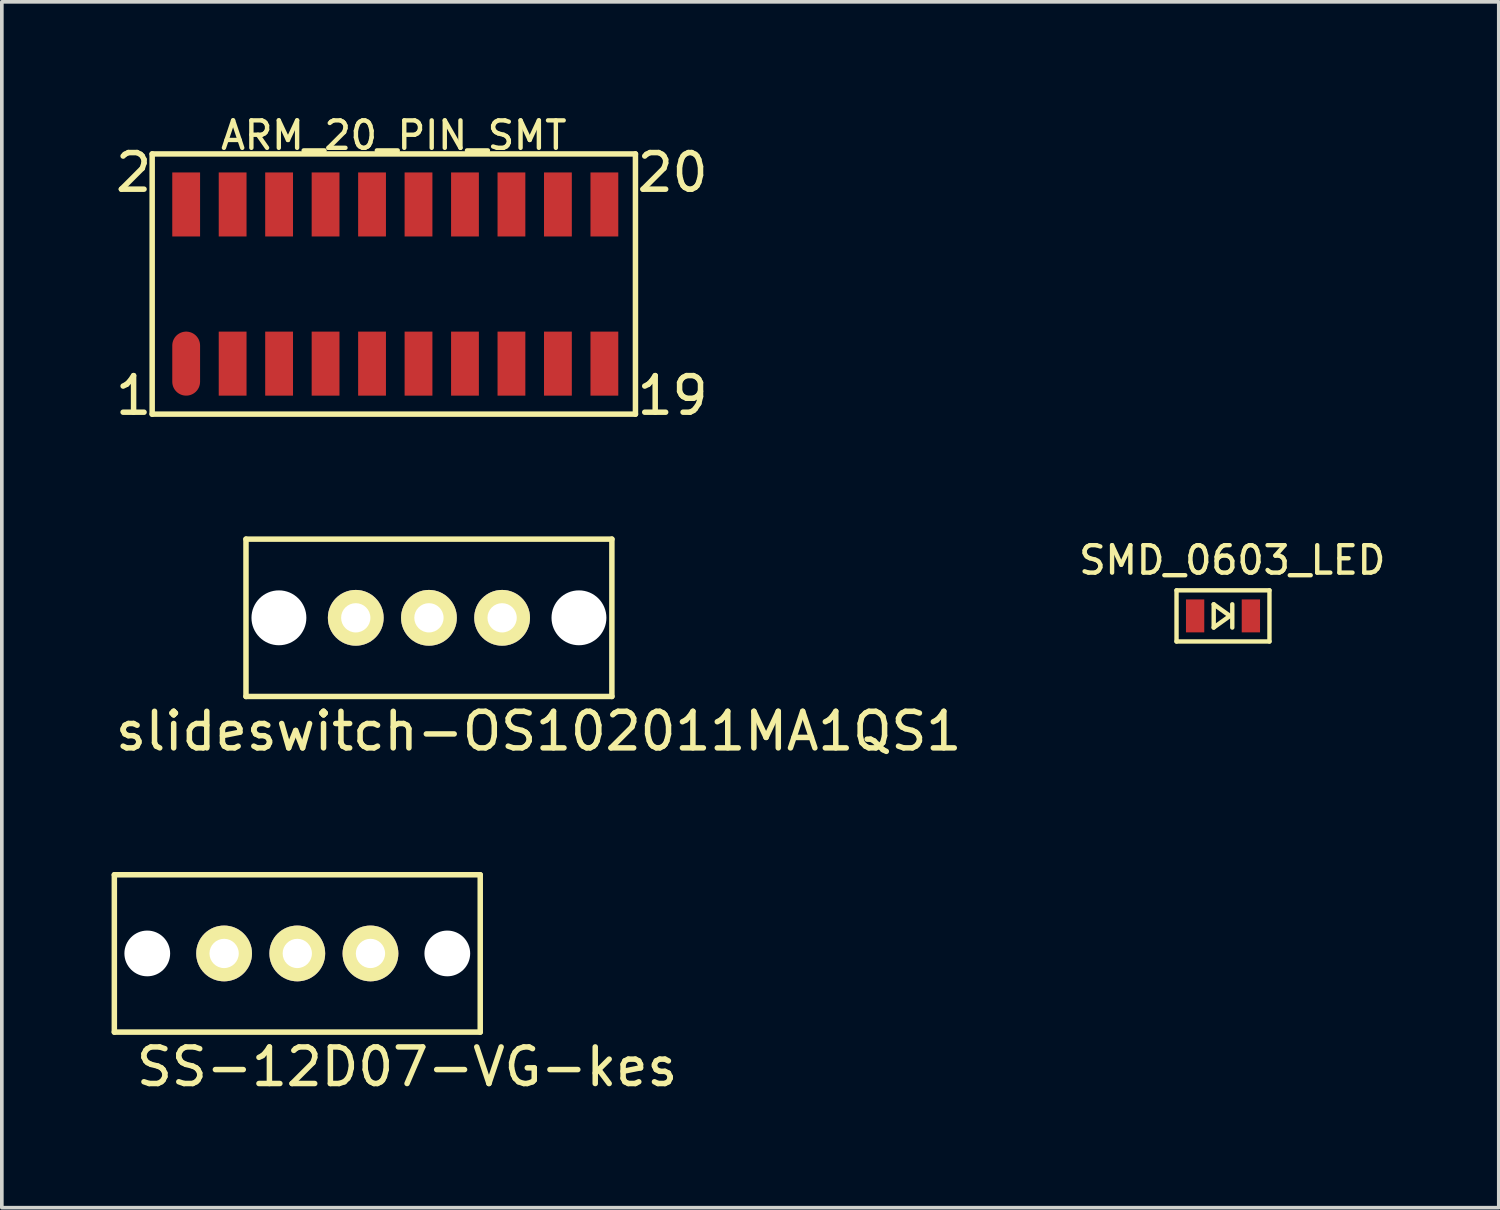
<source format=kicad_pcb>
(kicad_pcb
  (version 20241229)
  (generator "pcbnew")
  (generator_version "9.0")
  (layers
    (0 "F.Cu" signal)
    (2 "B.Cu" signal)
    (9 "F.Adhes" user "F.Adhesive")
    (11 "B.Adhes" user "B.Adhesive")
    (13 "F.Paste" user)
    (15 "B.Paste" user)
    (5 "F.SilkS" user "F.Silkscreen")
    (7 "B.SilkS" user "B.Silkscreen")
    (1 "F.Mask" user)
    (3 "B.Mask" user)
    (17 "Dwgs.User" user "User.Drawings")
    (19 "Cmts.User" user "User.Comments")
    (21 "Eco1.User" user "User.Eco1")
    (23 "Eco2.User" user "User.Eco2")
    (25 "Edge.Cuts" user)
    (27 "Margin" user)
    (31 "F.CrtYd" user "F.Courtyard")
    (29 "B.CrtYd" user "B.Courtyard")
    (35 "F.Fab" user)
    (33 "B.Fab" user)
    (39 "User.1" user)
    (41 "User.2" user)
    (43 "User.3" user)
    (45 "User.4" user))
  (footprint "slideswitch-OS102011MA1QS1"
    (layer "F.Cu")
    (at 8.673 13.835)
    (property "Reference" "slideswitch-OS102011MA1QS1" (at 3 3.1 0) (layer "F.SilkS") (effects (font (size 1 1) (thickness 0.15))))
    (attr through_hole)
    (fp_line (start -5 -2.15) (end 5 -2.15) (stroke (width 0.15) (type solid)) (layer "F.SilkS"))
    (fp_line (start -5 2.15) (end -5 -2.15) (stroke (width 0.15) (type solid)) (layer "F.SilkS"))
    (fp_line (start 5 -2.15) (end 5 2.15) (stroke (width 0.15) (type solid)) (layer "F.SilkS"))
    (fp_line (start 5 2.15) (end -5 2.15) (stroke (width 0.15) (type solid)) (layer "F.SilkS"))
    (pad "" np_thru_hole circle (at -4.1 0) (size 1.5 1.5) (drill 1.5) (layers "*.Cu"))
    (pad "" np_thru_hole circle (at 4.1 0) (size 1.5 1.5) (drill 1.5) (layers "*.Cu"))
    (pad "1" thru_hole circle (at -2 0) (size 1.524 1.524) (drill 0.8) (layers "*.Cu" "*.Mask" "F.SilkS"))
    (pad "2" thru_hole circle (at 0 0) (size 1.524 1.524) (drill 0.8) (layers "*.Cu" "*.Mask" "F.SilkS"))
    (pad "3" thru_hole circle (at 2 0) (size 1.524 1.524) (drill 0.8) (layers "*.Cu" "*.Mask" "F.SilkS")))
  (footprint "SMD_0603_LED"
    (layer "F.Cu")
    (at 31.137 13.783)
    (property "Reference" "SMD_0603_LED" (at -0.508 -1.524 0) (layer "F.SilkS") (effects (font (size 0.75 0.75) (thickness 0.12))))
    (attr through_hole)
    (fp_line (start -2.032 -0.699) (end -2.032 0.699) (stroke (width 0.12) (type solid)) (layer "F.SilkS"))
    (fp_line (start -2.032 0.699) (end 0.508 0.699) (stroke (width 0.12) (type solid)) (layer "F.SilkS"))
    (fp_line (start -1.016 -0.318) (end -1.016 0.318) (stroke (width 0.12) (type solid)) (layer "F.SilkS"))
    (fp_line (start -1.016 0.318) (end -0.572 0) (stroke (width 0.12) (type solid)) (layer "F.SilkS"))
    (fp_line (start -0.572 0) (end -1.016 -0.318) (stroke (width 0.12) (type solid)) (layer "F.SilkS"))
    (fp_line (start -0.508 -0.318) (end -0.508 0.318) (stroke (width 0.12) (type solid)) (layer "F.SilkS"))
    (fp_line (start 0.508 -0.699) (end -2.032 -0.699) (stroke (width 0.12) (type solid)) (layer "F.SilkS"))
    (fp_line (start 0.508 -0.699) (end 0.508 0.699) (stroke (width 0.12) (type solid)) (layer "F.SilkS"))
    (pad "1" smd rect (at 0 0) (size 0.5 0.9) (layers "F.Cu" "F.Mask" "F.Paste"))
    (pad "2" smd rect (at -1.524 0) (size 0.5 0.9) (layers "F.Cu" "F.Mask" "F.Paste")))
  (footprint "SS-12D07-VG-kes"
    (layer "F.Cu")
    (at 5.075 23.008)
    (property "Reference" "SS-12D07-VG-kes" (at 3 3.1 0) (layer "F.SilkS") (effects (font (size 1 1) (thickness 0.15))))
    (attr through_hole)
    (fp_line (start -5 -2.15) (end 5 -2.15) (stroke (width 0.15) (type solid)) (layer "F.SilkS"))
    (fp_line (start -5 2.15) (end -5 -2.15) (stroke (width 0.15) (type solid)) (layer "F.SilkS"))
    (fp_line (start 5 -2.15) (end 5 2.15) (stroke (width 0.15) (type solid)) (layer "F.SilkS"))
    (fp_line (start 5 2.15) (end -5 2.15) (stroke (width 0.15) (type solid)) (layer "F.SilkS"))
    (pad "" np_thru_hole circle (at -4.1 0) (size 1.25 1.25) (drill 1.25) (layers "*.Cu"))
    (pad "" np_thru_hole circle (at 4.1 0) (size 1.25 1.25) (drill 1.25) (layers "*.Cu"))
    (pad "1" thru_hole circle (at -2 0) (size 1.524 1.524) (drill 0.8) (layers "*.Cu" "*.Mask" "F.SilkS"))
    (pad "2" thru_hole circle (at 0 0) (size 1.524 1.524) (drill 0.8) (layers "*.Cu" "*.Mask" "F.SilkS"))
    (pad "3" thru_hole circle (at 2 0) (size 1.524 1.524) (drill 0.8) (layers "*.Cu" "*.Mask" "F.SilkS")))
  (footprint "ARM_20_PIN_SMT"
    (layer "F.Cu")
    (at 7.713 4.713)
    (property "Reference" "ARM_20_PIN_SMT" (at 0 -4.064 0) (layer "F.SilkS") (effects (font (size 0.75 0.75) (thickness 0.12))))
    (attr through_hole)
    (fp_line (start -6.604 -3.556) (end 6.604 -3.556) (stroke (width 0.15) (type solid)) (layer "F.SilkS"))
    (fp_line (start -6.604 3.556) (end -6.604 -3.556) (stroke (width 0.15) (type solid)) (layer "F.SilkS"))
    (fp_line (start 6.604 -3.556) (end 6.604 3.556) (stroke (width 0.15) (type solid)) (layer "F.SilkS"))
    (fp_line (start 6.604 3.556) (end -6.604 3.556) (stroke (width 0.15) (type solid)) (layer "F.SilkS"))
    (fp_text user "2" (at -7.112 -3.048 0) (layer "F.SilkS") (effects (font (size 1 1) (thickness 0.15))))
    (fp_text user "19" (at 7.62 3.048 0) (layer "F.SilkS") (effects (font (size 1 1) (thickness 0.15))))
    (fp_text user "20" (at 7.62 -3.048 0) (layer "F.SilkS") (effects (font (size 1 1) (thickness 0.15))))
    (fp_text user "1" (at -7.112 3.048 0) (layer "F.SilkS") (effects (font (size 1 1) (thickness 0.15))))
    (pad "1" smd oval (at -5.675 2.175) (size 0.76 1.75) (layers "F.Cu" "F.Mask" "F.Paste"))
    (pad "2" smd rect (at -5.675 -2.175) (size 0.76 1.75) (layers "F.Cu" "F.Mask" "F.Paste"))
    (pad "3" smd rect (at -4.405 2.175) (size 0.76 1.75) (layers "F.Cu" "F.Mask" "F.Paste"))
    (pad "4" smd rect (at -4.405 -2.175) (size 0.76 1.75) (layers "F.Cu" "F.Mask" "F.Paste"))
    (pad "5" smd rect (at -3.135 2.175) (size 0.76 1.75) (layers "F.Cu" "F.Mask" "F.Paste"))
    (pad "6" smd rect (at -3.135 -2.175) (size 0.76 1.75) (layers "F.Cu" "F.Mask" "F.Paste"))
    (pad "7" smd rect (at -1.865 2.175) (size 0.76 1.75) (layers "F.Cu" "F.Mask" "F.Paste"))
    (pad "8" smd rect (at -1.865 -2.175) (size 0.76 1.75) (layers "F.Cu" "F.Mask" "F.Paste"))
    (pad "9" smd rect (at -0.595 2.175) (size 0.76 1.75) (layers "F.Cu" "F.Mask" "F.Paste"))
    (pad "10" smd rect (at -0.595 -2.175) (size 0.76 1.75) (layers "F.Cu" "F.Mask" "F.Paste"))
    (pad "11" smd rect (at 0.675 2.175) (size 0.76 1.75) (layers "F.Cu" "F.Mask" "F.Paste"))
    (pad "12" smd rect (at 0.675 -2.175) (size 0.76 1.75) (layers "F.Cu" "F.Mask" "F.Paste"))
    (pad "13" smd rect (at 1.945 2.175) (size 0.76 1.75) (layers "F.Cu" "F.Mask" "F.Paste"))
    (pad "14" smd rect (at 1.945 -2.175) (size 0.76 1.75) (layers "F.Cu" "F.Mask" "F.Paste"))
    (pad "15" smd rect (at 3.215 2.175) (size 0.76 1.75) (layers "F.Cu" "F.Mask" "F.Paste"))
    (pad "16" smd rect (at 3.215 -2.175) (size 0.76 1.75) (layers "F.Cu" "F.Mask" "F.Paste"))
    (pad "17" smd rect (at 4.485 2.175) (size 0.76 1.75) (layers "F.Cu" "F.Mask" "F.Paste"))
    (pad "18" smd rect (at 4.485 -2.175) (size 0.76 1.75) (layers "F.Cu" "F.Mask" "F.Paste"))
    (pad "19" smd rect (at 5.755 2.175) (size 0.76 1.75) (layers "F.Cu" "F.Mask" "F.Paste"))
    (pad "20" smd rect (at 5.755 -2.175) (size 0.76 1.75) (layers "F.Cu" "F.Mask" "F.Paste")))
  (gr_rect
    (start -3 -3)
    (end 37.912 29.956)
    (stroke (width 0.1) (type default))
    (fill no)
    (layer "Edge.Cuts")))
</source>
